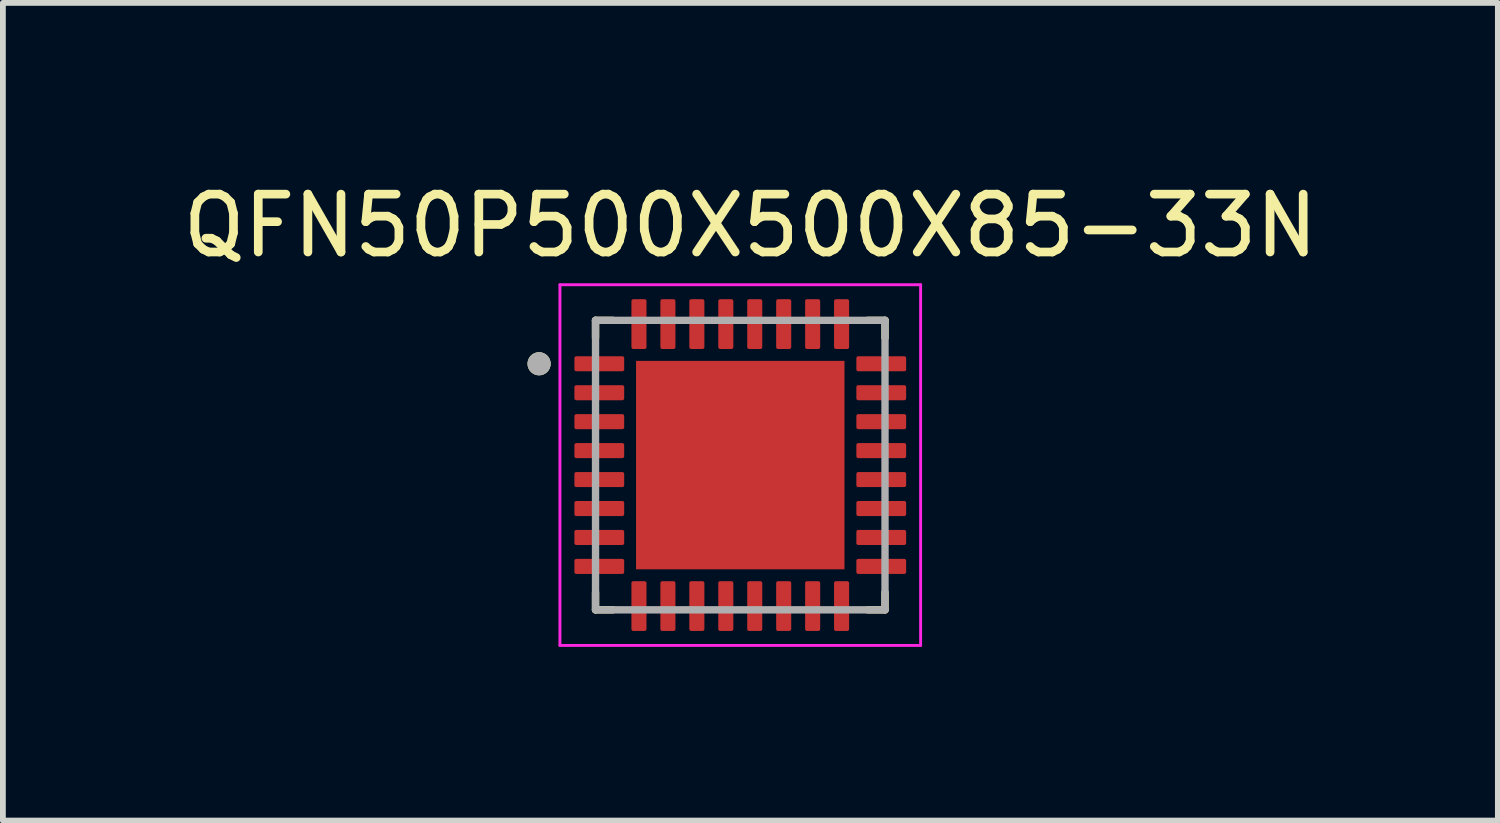
<source format=kicad_pcb>
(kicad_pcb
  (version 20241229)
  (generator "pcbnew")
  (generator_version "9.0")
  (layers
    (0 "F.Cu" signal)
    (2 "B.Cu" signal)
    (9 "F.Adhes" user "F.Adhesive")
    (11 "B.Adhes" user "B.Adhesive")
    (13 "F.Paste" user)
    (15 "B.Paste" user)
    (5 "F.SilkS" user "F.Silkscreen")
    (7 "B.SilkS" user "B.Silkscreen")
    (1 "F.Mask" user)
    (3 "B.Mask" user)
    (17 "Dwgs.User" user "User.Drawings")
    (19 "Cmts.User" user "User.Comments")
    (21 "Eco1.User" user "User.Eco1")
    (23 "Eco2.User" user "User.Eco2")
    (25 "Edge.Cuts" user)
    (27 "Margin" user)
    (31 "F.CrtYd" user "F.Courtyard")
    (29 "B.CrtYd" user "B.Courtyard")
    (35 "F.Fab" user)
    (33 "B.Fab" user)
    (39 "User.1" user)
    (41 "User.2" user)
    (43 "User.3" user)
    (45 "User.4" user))
  (footprint "QFN50P500X500X85-33N"
    (layer "F.Cu")
    (at 9.736 4.983)
    (property "Reference" "QFN50P500X500X85-33N" (at 0.175 -4.135 0) (layer "F.SilkS") (effects (font (size 1 1) (thickness 0.15))))
    (attr smd)
    (fp_line (start -2.5 -2.5) (end -2.5 -2.2) (stroke (width 0.127) (type solid)) (layer "F.SilkS"))
    (fp_line (start -2.5 -2.5) (end -2.2 -2.5) (stroke (width 0.127) (type solid)) (layer "F.SilkS"))
    (fp_line (start -2.5 2.5) (end -2.5 2.2) (stroke (width 0.127) (type solid)) (layer "F.SilkS"))
    (fp_line (start -2.5 2.5) (end -2.2 2.5) (stroke (width 0.127) (type solid)) (layer "F.SilkS"))
    (fp_line (start 2.5 -2.5) (end 2.2 -2.5) (stroke (width 0.127) (type solid)) (layer "F.SilkS"))
    (fp_line (start 2.5 -2.5) (end 2.5 -2.2) (stroke (width 0.127) (type solid)) (layer "F.SilkS"))
    (fp_line (start 2.5 2.5) (end 2.2 2.5) (stroke (width 0.127) (type solid)) (layer "F.SilkS"))
    (fp_line (start 2.5 2.5) (end 2.5 2.2) (stroke (width 0.127) (type solid)) (layer "F.SilkS"))
    (fp_circle (center -3.475 -1.75) (end -3.375 -1.75) (stroke (width 0.2) (type solid)) (fill no) (layer "F.SilkS"))
    (fp_poly (pts (xy -1.14 -1.14) (xy 1.14 -1.14) (xy 1.14 1.14) (xy -1.14 1.14)) (stroke (width 0.01) (type solid)) (fill yes) (layer "F.Paste"))
    (fp_line (start -3.115 -3.115) (end 3.115 -3.115) (stroke (width 0.05) (type solid)) (layer "F.CrtYd"))
    (fp_line (start -3.115 3.115) (end -3.115 -3.115) (stroke (width 0.05) (type solid)) (layer "F.CrtYd"))
    (fp_line (start -3.115 3.115) (end 3.115 3.115) (stroke (width 0.05) (type solid)) (layer "F.CrtYd"))
    (fp_line (start 3.115 3.115) (end 3.115 -3.115) (stroke (width 0.05) (type solid)) (layer "F.CrtYd"))
    (fp_line (start -2.5 2.5) (end -2.5 -2.5) (stroke (width 0.127) (type solid)) (layer "F.Fab"))
    (fp_line (start 2.5 -2.5) (end -2.5 -2.5) (stroke (width 0.127) (type solid)) (layer "F.Fab"))
    (fp_line (start 2.5 2.5) (end -2.5 2.5) (stroke (width 0.127) (type solid)) (layer "F.Fab"))
    (fp_line (start 2.5 2.5) (end 2.5 -2.5) (stroke (width 0.127) (type solid)) (layer "F.Fab"))
    (fp_circle (center -3.475 -1.75) (end -3.375 -1.75) (stroke (width 0.2) (type solid)) (fill no) (layer "F.Fab"))
    (pad "1" smd roundrect (at -2.435 -1.75) (size 0.86 0.26) (layers "F.Cu" "F.Mask" "F.Paste") (roundrect_rratio 0.125))
    (pad "2" smd roundrect (at -2.435 -1.25) (size 0.86 0.26) (layers "F.Cu" "F.Mask" "F.Paste") (roundrect_rratio 0.125))
    (pad "3" smd roundrect (at -2.435 -0.75) (size 0.86 0.26) (layers "F.Cu" "F.Mask" "F.Paste") (roundrect_rratio 0.125))
    (pad "4" smd roundrect (at -2.435 -0.25) (size 0.86 0.26) (layers "F.Cu" "F.Mask" "F.Paste") (roundrect_rratio 0.125))
    (pad "5" smd roundrect (at -2.435 0.25) (size 0.86 0.26) (layers "F.Cu" "F.Mask" "F.Paste") (roundrect_rratio 0.125))
    (pad "6" smd roundrect (at -2.435 0.75) (size 0.86 0.26) (layers "F.Cu" "F.Mask" "F.Paste") (roundrect_rratio 0.125))
    (pad "7" smd roundrect (at -2.435 1.25) (size 0.86 0.26) (layers "F.Cu" "F.Mask" "F.Paste") (roundrect_rratio 0.125))
    (pad "8" smd roundrect (at -2.435 1.75) (size 0.86 0.26) (layers "F.Cu" "F.Mask" "F.Paste") (roundrect_rratio 0.125))
    (pad "9" smd roundrect (at -1.75 2.435) (size 0.26 0.86) (layers "F.Cu" "F.Mask" "F.Paste") (roundrect_rratio 0.125))
    (pad "10" smd roundrect (at -1.25 2.435) (size 0.26 0.86) (layers "F.Cu" "F.Mask" "F.Paste") (roundrect_rratio 0.125))
    (pad "11" smd roundrect (at -0.75 2.435) (size 0.26 0.86) (layers "F.Cu" "F.Mask" "F.Paste") (roundrect_rratio 0.125))
    (pad "12" smd roundrect (at -0.25 2.435) (size 0.26 0.86) (layers "F.Cu" "F.Mask" "F.Paste") (roundrect_rratio 0.125))
    (pad "13" smd roundrect (at 0.25 2.435) (size 0.26 0.86) (layers "F.Cu" "F.Mask" "F.Paste") (roundrect_rratio 0.125))
    (pad "14" smd roundrect (at 0.75 2.435) (size 0.26 0.86) (layers "F.Cu" "F.Mask" "F.Paste") (roundrect_rratio 0.125))
    (pad "15" smd roundrect (at 1.25 2.435) (size 0.26 0.86) (layers "F.Cu" "F.Mask" "F.Paste") (roundrect_rratio 0.125))
    (pad "16" smd roundrect (at 1.75 2.435) (size 0.26 0.86) (layers "F.Cu" "F.Mask" "F.Paste") (roundrect_rratio 0.125))
    (pad "17" smd roundrect (at 2.435 1.75) (size 0.86 0.26) (layers "F.Cu" "F.Mask" "F.Paste") (roundrect_rratio 0.125))
    (pad "18" smd roundrect (at 2.435 1.25) (size 0.86 0.26) (layers "F.Cu" "F.Mask" "F.Paste") (roundrect_rratio 0.125))
    (pad "19" smd roundrect (at 2.435 0.75) (size 0.86 0.26) (layers "F.Cu" "F.Mask" "F.Paste") (roundrect_rratio 0.125))
    (pad "20" smd roundrect (at 2.435 0.25) (size 0.86 0.26) (layers "F.Cu" "F.Mask" "F.Paste") (roundrect_rratio 0.125))
    (pad "21" smd roundrect (at 2.435 -0.25) (size 0.86 0.26) (layers "F.Cu" "F.Mask" "F.Paste") (roundrect_rratio 0.125))
    (pad "22" smd roundrect (at 2.435 -0.75) (size 0.86 0.26) (layers "F.Cu" "F.Mask" "F.Paste") (roundrect_rratio 0.125))
    (pad "23" smd roundrect (at 2.435 -1.25) (size 0.86 0.26) (layers "F.Cu" "F.Mask" "F.Paste") (roundrect_rratio 0.125))
    (pad "24" smd roundrect (at 2.435 -1.75) (size 0.86 0.26) (layers "F.Cu" "F.Mask" "F.Paste") (roundrect_rratio 0.125))
    (pad "25" smd roundrect (at 1.75 -2.435) (size 0.26 0.86) (layers "F.Cu" "F.Mask" "F.Paste") (roundrect_rratio 0.125))
    (pad "26" smd roundrect (at 1.25 -2.435) (size 0.26 0.86) (layers "F.Cu" "F.Mask" "F.Paste") (roundrect_rratio 0.125))
    (pad "27" smd roundrect (at 0.75 -2.435) (size 0.26 0.86) (layers "F.Cu" "F.Mask" "F.Paste") (roundrect_rratio 0.125))
    (pad "28" smd roundrect (at 0.25 -2.435) (size 0.26 0.86) (layers "F.Cu" "F.Mask" "F.Paste") (roundrect_rratio 0.125))
    (pad "29" smd roundrect (at -0.25 -2.435) (size 0.26 0.86) (layers "F.Cu" "F.Mask" "F.Paste") (roundrect_rratio 0.125))
    (pad "30" smd roundrect (at -0.75 -2.435) (size 0.26 0.86) (layers "F.Cu" "F.Mask" "F.Paste") (roundrect_rratio 0.125))
    (pad "31" smd roundrect (at -1.25 -2.435) (size 0.26 0.86) (layers "F.Cu" "F.Mask" "F.Paste") (roundrect_rratio 0.125))
    (pad "32" smd roundrect (at -1.75 -2.435) (size 0.26 0.86) (layers "F.Cu" "F.Mask" "F.Paste") (roundrect_rratio 0.125))
    (pad "33" smd rect (at 0 0) (size 3.6 3.6) (layers "F.Cu" "F.Mask")))
  (gr_rect
    (start -3 -3)
    (end 22.821 11.123)
    (stroke (width 0.1) (type default))
    (fill no)
    (layer "Edge.Cuts")))
</source>
